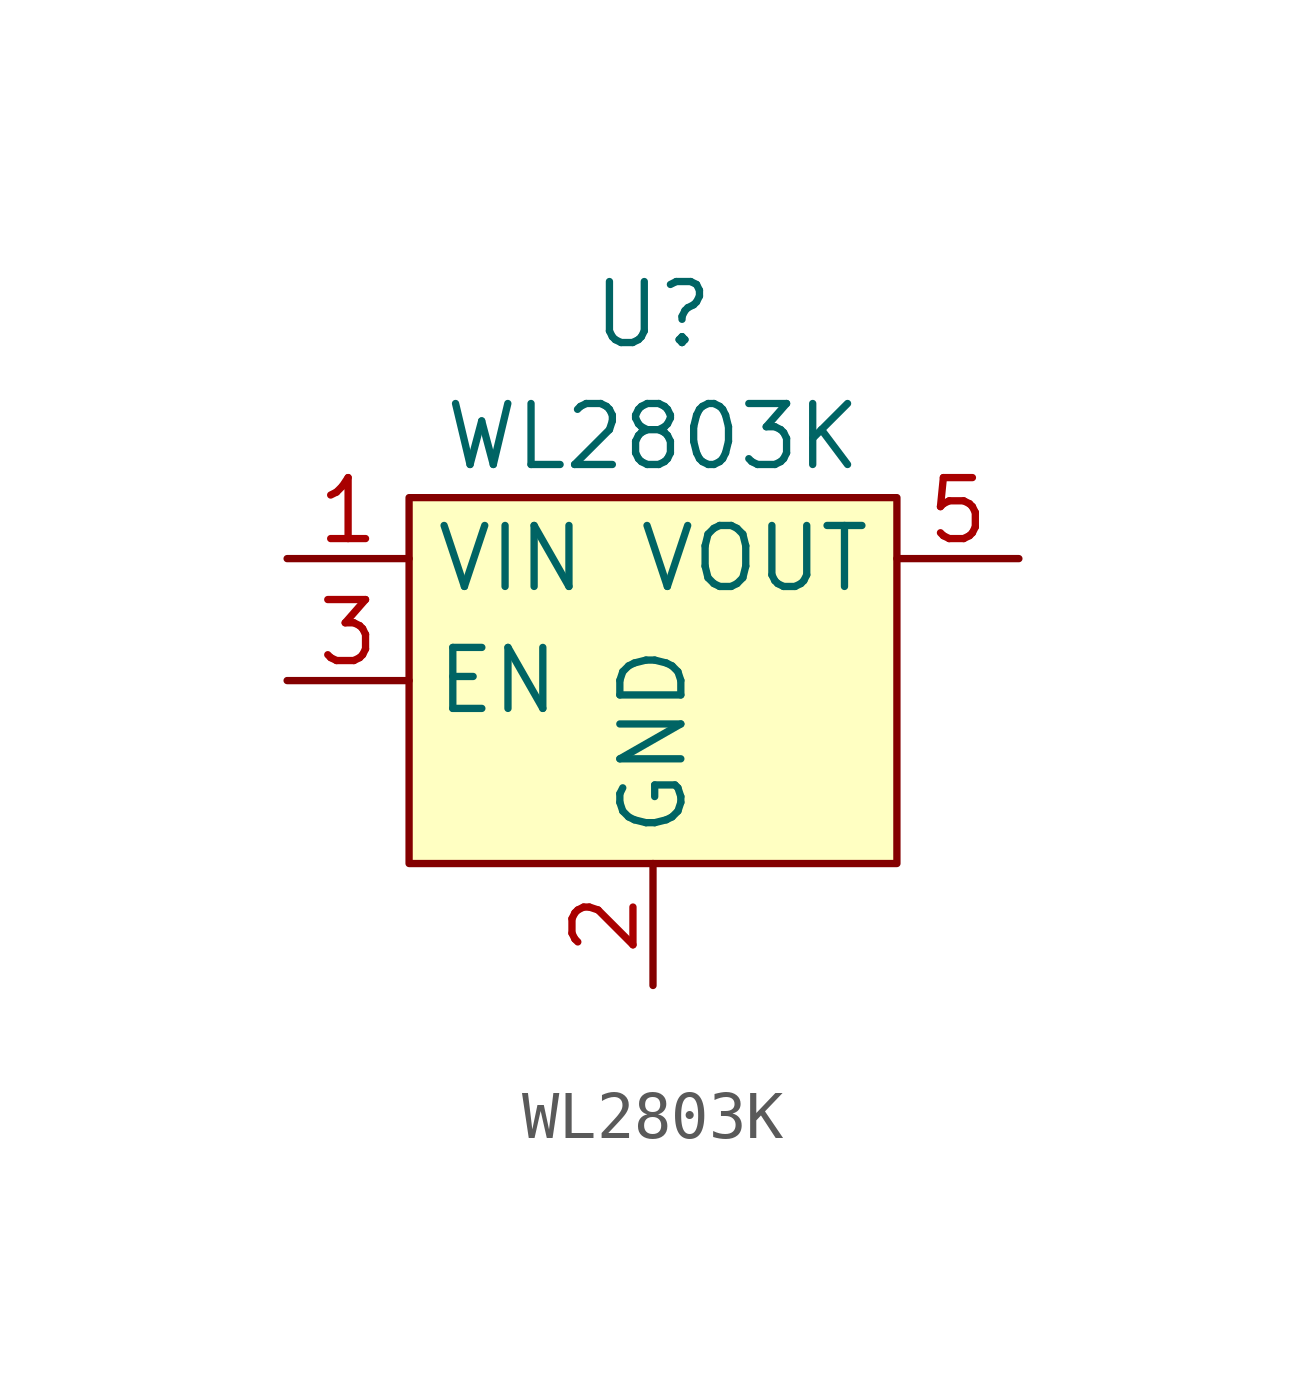
<source format=kicad_sym>
(kicad_symbol_lib
  (version 20231120)
  (generator "kicad_symbol_editor")
  (generator_version "8.0")
  (symbol "WL2803K"
    (property "Reference" "U"
      (at 0 7.62 0)
      (effects (font (size 1.27 1.27))))
    (property "Value" "WL2803K"
      (at 0 5.08 0)
      (effects (font (size 1.27 1.27))))
    (symbol "WL2803K_0_1"
      (rectangle (start -5.08 3.81) (end 5.08 -3.81) (stroke (width 0) (type default)) (fill (type background))))
    (symbol "WL2803K_1_1"
      (pin power_in line (at -7.62 2.54 0) (length 2.54) (name "VIN" (effects (font (size 1.27 1.27)))) (number "1" (effects (font (size 1.27 1.27)))))
      (pin power_in line (at 0 -6.35 90) (length 2.54) (name "GND" (effects (font (size 1.27 1.27)))) (number "2" (effects (font (size 1.27 1.27)))))
      (pin input line (at -7.62 0 0) (length 2.54) (name "EN" (effects (font (size 1.27 1.27)))) (number "3" (effects (font (size 1.27 1.27)))))
      (pin no_connect non_logic (at 7.62 0 180) (length 2.54) hide (name "NC" (effects (font (size 1.27 1.27)))) (number "4" (effects (font (size 1.27 1.27)))))
      (pin power_out line (at 7.62 2.54 180) (length 2.54) (name "VOUT" (effects (font (size 1.27 1.27)))) (number "5" (effects (font (size 1.27 1.27))))))))
</source>
